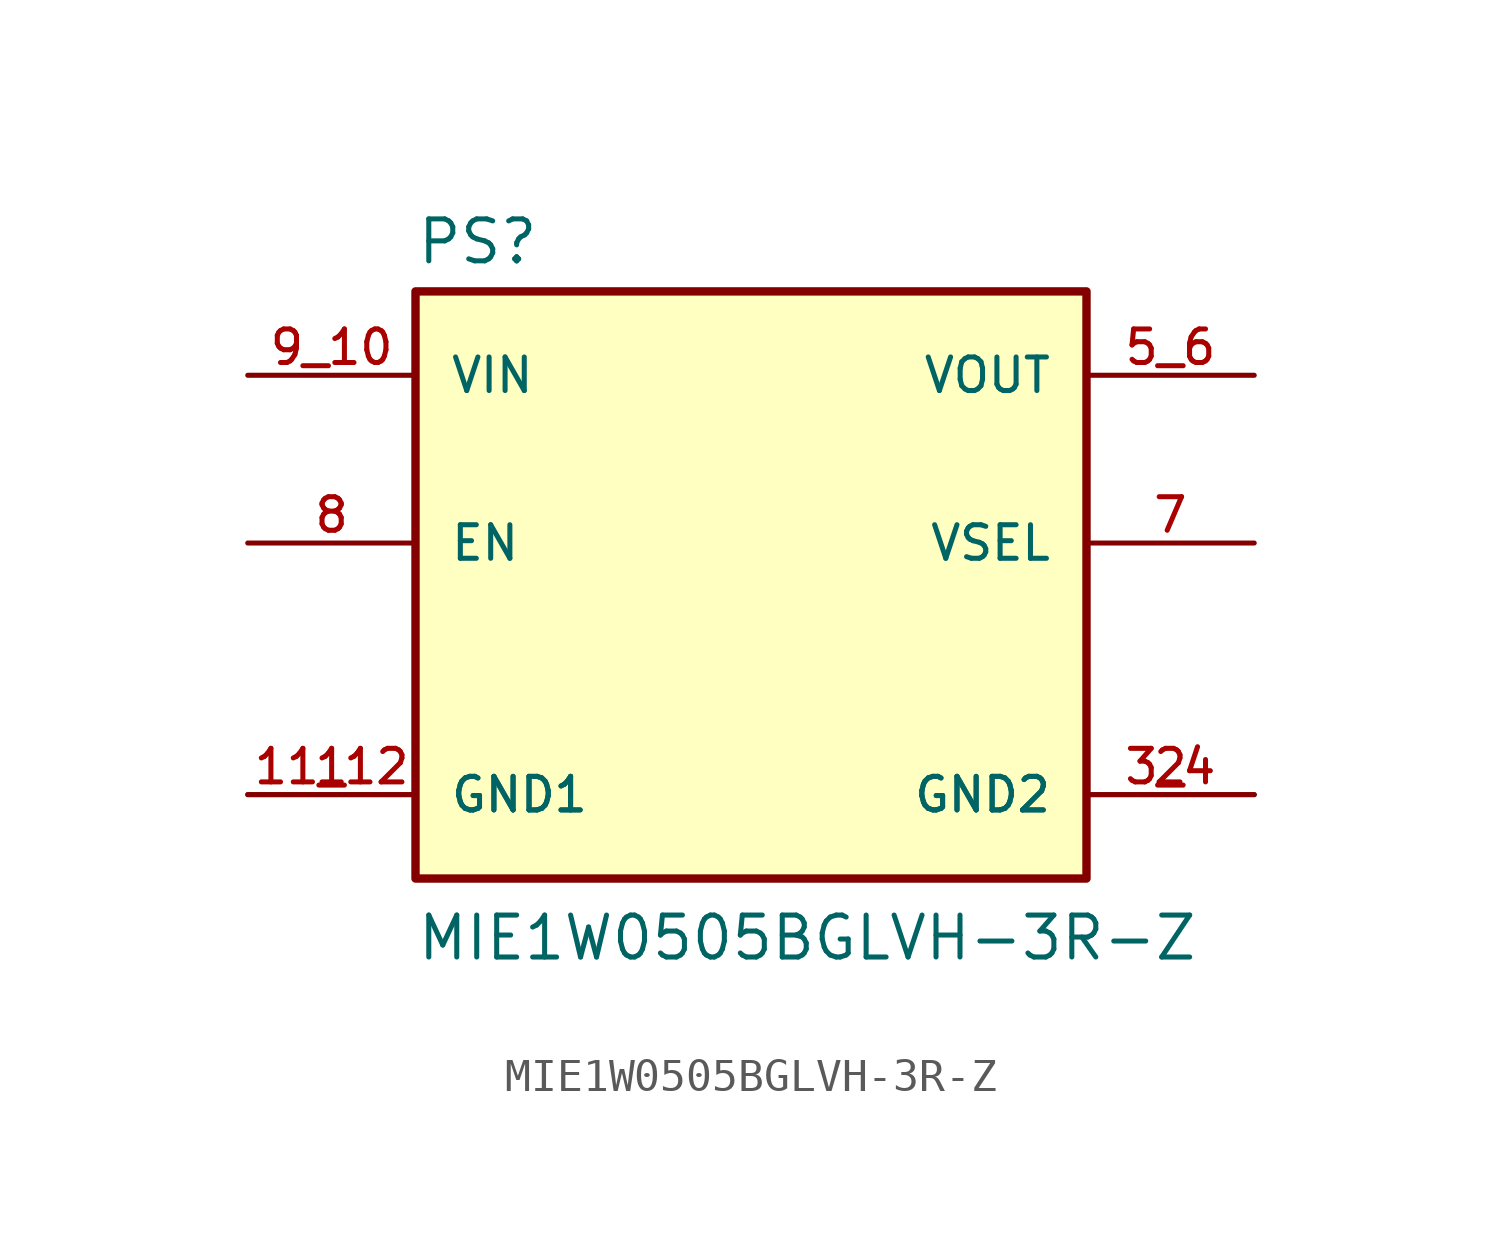
<source format=kicad_sym>
(kicad_symbol_lib
  (version 20220914)
  (generator kicad_symbol_editor)
  (symbol "MIE1W0505BGLVH-3R-Z"
    (pin_names
      (offset 1.016))
    (property "Reference" "PS"
      (at -10.16 10.922 0)
      (effects (font (size 1.27 1.27)) (justify left bottom)))
    (property "Value" "MIE1W0505BGLVH-3R-Z"
      (at -10.16 -10.16 0)
      (effects (font (size 1.27 1.27)) (justify left bottom)))
    (symbol "MIE1W0505BGLVH-3R-Z_0_0"
      (rectangle (start -10.16 -7.62) (end 10.16 10.16) (stroke (width 0.254) (type default)) (fill (type background)))
      (pin power_in line (at -15.24 -5.08 0) (length 5.08) (name "GND1" (effects (font (size 1.016 1.016)))) (number "1" (effects (font (size 1.016 1.016)))))
      (pin power_in line (at -15.24 -5.08 0) (length 5.08) (name "GND1" (effects (font (size 1.016 1.016)))) (number "11_12" (effects (font (size 1.016 1.016)))))
      (pin power_in line (at 15.24 -5.08 180) (length 5.08) (name "GND2" (effects (font (size 1.016 1.016)))) (number "2" (effects (font (size 1.016 1.016)))))
      (pin power_in line (at 15.24 -5.08 180) (length 5.08) (name "GND2" (effects (font (size 1.016 1.016)))) (number "3_4" (effects (font (size 1.016 1.016)))))
      (pin output line (at 15.24 7.62 180) (length 5.08) (name "VOUT" (effects (font (size 1.016 1.016)))) (number "5_6" (effects (font (size 1.016 1.016)))))
      (pin passive line (at 15.24 2.54 180) (length 5.08) (name "VSEL" (effects (font (size 1.016 1.016)))) (number "7" (effects (font (size 1.016 1.016)))))
      (pin input line (at -15.24 2.54 0) (length 5.08) (name "EN" (effects (font (size 1.016 1.016)))) (number "8" (effects (font (size 1.016 1.016)))))
      (pin input line (at -15.24 7.62 0) (length 5.08) (name "VIN" (effects (font (size 1.016 1.016)))) (number "9_10" (effects (font (size 1.016 1.016))))))))
</source>
